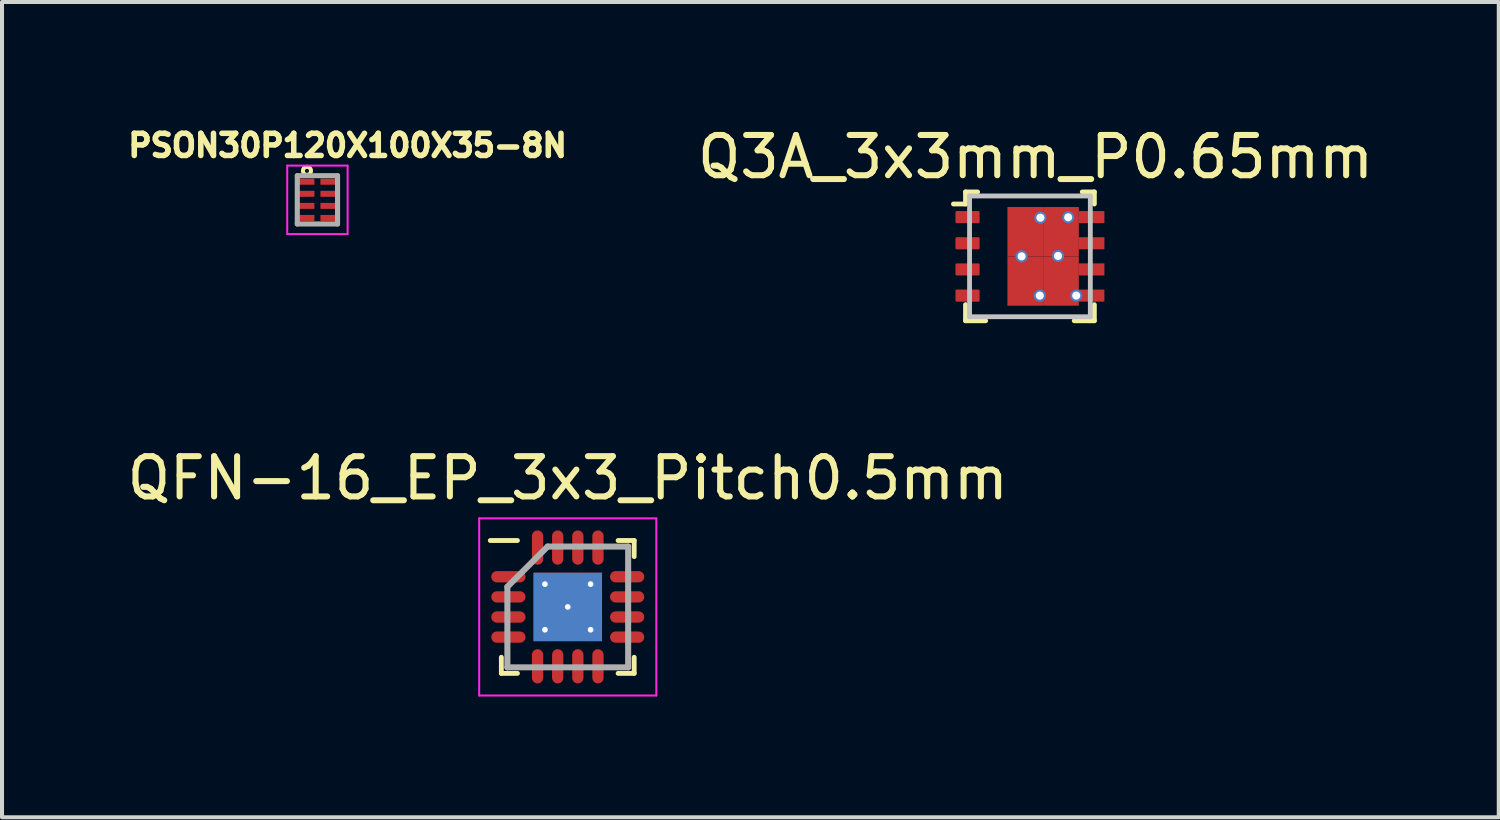
<source format=kicad_pcb>
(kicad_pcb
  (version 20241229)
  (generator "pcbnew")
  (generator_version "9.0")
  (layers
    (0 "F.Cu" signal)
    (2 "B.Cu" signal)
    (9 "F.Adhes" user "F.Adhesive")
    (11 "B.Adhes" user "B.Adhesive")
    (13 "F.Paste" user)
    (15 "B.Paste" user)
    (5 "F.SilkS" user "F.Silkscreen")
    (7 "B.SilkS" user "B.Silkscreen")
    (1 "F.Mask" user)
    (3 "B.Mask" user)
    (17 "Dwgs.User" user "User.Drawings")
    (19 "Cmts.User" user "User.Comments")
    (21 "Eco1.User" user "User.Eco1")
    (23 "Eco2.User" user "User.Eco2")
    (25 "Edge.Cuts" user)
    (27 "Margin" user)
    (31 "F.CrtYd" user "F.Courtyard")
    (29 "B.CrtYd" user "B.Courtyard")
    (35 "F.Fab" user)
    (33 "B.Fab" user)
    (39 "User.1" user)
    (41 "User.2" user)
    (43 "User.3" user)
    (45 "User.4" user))
  (footprint "PSON30P120X100X35-8N"
    (layer "F.Cu")
    (at 4.835 1.914)
    (property "Reference" "PSON30P120X100X35-8N" (at 0.75 -1.35 0) (layer "F.SilkS") (effects (font (size 0.551 0.551) (thickness 0.15))))
    (fp_circle (center -0.26 -0.72) (end -0.16 -0.72) (stroke (width 0.1) (type solid)) (fill no) (layer "F.SilkS"))
    (fp_line (start -0.75 -0.85) (end -0.75 0.85) (stroke (width 0.05) (type solid)) (layer "F.CrtYd"))
    (fp_line (start -0.75 -0.85) (end 0.75 -0.85) (stroke (width 0.05) (type solid)) (layer "F.CrtYd"))
    (fp_line (start -0.75 0.85) (end 0.75 0.85) (stroke (width 0.05) (type solid)) (layer "F.CrtYd"))
    (fp_line (start 0.75 -0.85) (end 0.75 0.85) (stroke (width 0.05) (type solid)) (layer "F.CrtYd"))
    (fp_line (start -0.5 -0.6) (end -0.5 0.6) (stroke (width 0.127) (type solid)) (layer "F.Fab"))
    (fp_line (start -0.5 -0.6) (end 0.5 -0.6) (stroke (width 0.127) (type solid)) (layer "F.Fab"))
    (fp_line (start -0.5 0.6) (end 0.5 0.6) (stroke (width 0.127) (type solid)) (layer "F.Fab"))
    (fp_line (start 0.5 -0.6) (end 0.5 0.6) (stroke (width 0.127) (type solid)) (layer "F.Fab"))
    (pad "1" smd roundrect (at -0.275 -0.45) (size 0.4 0.15) (layers "F.Cu" "F.Mask" "F.Paste") (roundrect_rratio 0.02))
    (pad "2" smd roundrect (at -0.275 -0.15) (size 0.4 0.15) (layers "F.Cu" "F.Mask" "F.Paste") (roundrect_rratio 0.02))
    (pad "3" smd roundrect (at -0.275 0.15) (size 0.4 0.15) (layers "F.Cu" "F.Mask" "F.Paste") (roundrect_rratio 0.02))
    (pad "4" smd roundrect (at -0.275 0.45) (size 0.4 0.15) (layers "F.Cu" "F.Mask" "F.Paste") (roundrect_rratio 0.02))
    (pad "5" smd roundrect (at 0.275 0.45) (size 0.4 0.15) (layers "F.Cu" "F.Mask" "F.Paste") (roundrect_rratio 0.02))
    (pad "6" smd roundrect (at 0.275 0.15) (size 0.4 0.15) (layers "F.Cu" "F.Mask" "F.Paste") (roundrect_rratio 0.02))
    (pad "7" smd roundrect (at 0.275 -0.15) (size 0.4 0.15) (layers "F.Cu" "F.Mask" "F.Paste") (roundrect_rratio 0.02))
    (pad "8" smd roundrect (at 0.275 -0.45) (size 0.4 0.15) (layers "F.Cu" "F.Mask" "F.Paste") (roundrect_rratio 0.02)))
  (footprint "Q3A_3x3mm_P0.65mm"
    (layer "F.Cu")
    (at 22.535 3.318)
    (property "Reference" "Q3A_3x3mm_P0.65mm" (at 0.14 -2.47 0) (layer "F.SilkS") (effects (font (size 1 1) (thickness 0.15))))
    (attr through_hole)
    (fp_line (start -1.6 -1.6) (end -1.3 -1.6) (stroke (width 0.12) (type solid)) (layer "F.SilkS"))
    (fp_line (start -1.6 -1.3) (end -1.9 -1.3) (stroke (width 0.12) (type solid)) (layer "F.SilkS"))
    (fp_line (start -1.6 -1.3) (end -1.6 -1.6) (stroke (width 0.12) (type solid)) (layer "F.SilkS"))
    (fp_line (start -1.6 1.2) (end -1.6 1.6) (stroke (width 0.12) (type solid)) (layer "F.SilkS"))
    (fp_line (start -1.6 1.6) (end -1.1 1.6) (stroke (width 0.12) (type solid)) (layer "F.SilkS"))
    (fp_line (start 1.1 1.6) (end 1.6 1.6) (stroke (width 0.12) (type solid)) (layer "F.SilkS"))
    (fp_line (start 1.6 -1.6) (end 1.3 -1.6) (stroke (width 0.12) (type solid)) (layer "F.SilkS"))
    (fp_line (start 1.6 -1.3) (end 1.6 -1.6) (stroke (width 0.12) (type solid)) (layer "F.SilkS"))
    (fp_line (start 1.6 1.6) (end 1.6 1.2) (stroke (width 0.12) (type solid)) (layer "F.SilkS"))
    (fp_line (start -1.5 -1.5) (end 1.5 -1.5) (stroke (width 0.12) (type solid)) (layer "Dwgs.User"))
    (fp_line (start -1.5 1.5) (end -1.5 -1.5) (stroke (width 0.12) (type solid)) (layer "Dwgs.User"))
    (fp_line (start -1.5 1.5) (end 1.5 1.5) (stroke (width 0.12) (type solid)) (layer "Dwgs.User"))
    (fp_line (start 1.5 1.5) (end 1.5 -1.5) (stroke (width 0.12) (type solid)) (layer "Dwgs.User"))
    (pad "1" smd roundrect (at -1.55 -0.975) (size 0.6 0.3) (layers "F.Cu" "F.Mask" "F.Paste") (roundrect_rratio 0.1))
    (pad "2" smd roundrect (at -1.55 -0.325) (size 0.6 0.3) (layers "F.Cu" "F.Mask" "F.Paste") (roundrect_rratio 0.1))
    (pad "3" smd roundrect (at -1.55 0.325) (size 0.6 0.3) (layers "F.Cu" "F.Mask" "F.Paste") (roundrect_rratio 0.1))
    (pad "4" smd roundrect (at -1.55 0.975) (size 0.6 0.3) (layers "F.Cu" "F.Mask" "F.Paste") (roundrect_rratio 0.1))
    (pad "5" thru_hole circle (at -0.207 0) (size 0.3 0.3) (drill 0.2) (layers "*.Cu" "*.Mask"))
    (pad "5" smd rect (at -0.116 -0.613) (size 0.887 1.225) (layers "F.Cu" "F.Mask" "F.Paste"))
    (pad "5" smd rect (at -0.116 0.613) (size 0.887 1.225) (layers "F.Cu" "F.Mask" "F.Paste"))
    (pad "5" thru_hole circle (at 0.245 0.975) (size 0.3 0.3) (drill 0.2) (layers "*.Cu" "*.Mask"))
    (pad "5" thru_hole circle (at 0.26 -0.96) (size 0.3 0.3) (drill 0.2) (layers "*.Cu" "*.Mask"))
    (pad "5" thru_hole circle (at 0.698 -0.01) (size 0.3 0.3) (drill 0.2) (layers "*.Cu" "*.Mask"))
    (pad "5" smd rect (at 0.771 -0.613) (size 0.887 1.225) (layers "F.Cu" "F.Mask" "F.Paste"))
    (pad "5" smd rect (at 0.771 0.613) (size 0.887 1.225) (layers "F.Cu" "F.Mask" "F.Paste"))
    (pad "5" thru_hole circle (at 0.95 -0.97) (size 0.3 0.3) (drill 0.2) (layers "*.Cu" "*.Mask"))
    (pad "5" thru_hole circle (at 1.15 0.975) (size 0.3 0.3) (drill 0.2) (layers "*.Cu" "*.Mask"))
    (pad "5" smd rect (at 1.532 -0.975) (size 0.635 0.3) (layers "F.Cu" "F.Mask" "F.Paste"))
    (pad "5" smd rect (at 1.532 -0.325) (size 0.635 0.3) (layers "F.Cu" "F.Mask" "F.Paste"))
    (pad "5" smd rect (at 1.532 0.325) (size 0.635 0.3) (layers "F.Cu" "F.Mask" "F.Paste"))
    (pad "5" smd rect (at 1.532 0.975) (size 0.635 0.3) (layers "F.Cu" "F.Mask" "F.Paste")))
  (footprint "QFN-16_EP_3x3_Pitch0.5mm"
    (layer "F.Cu")
    (at 11.054 12.027)
    (property "Reference" "QFN-16_EP_3x3_Pitch0.5mm" (at 0 -3.2 0) (layer "F.SilkS") (effects (font (size 1 1) (thickness 0.15))))
    (attr smd)
    (fp_line (start -1.65 1.65) (end -1.65 1.25) (stroke (width 0.12) (type solid)) (layer "F.SilkS"))
    (fp_line (start -1.25 -1.65) (end -1.925 -1.65) (stroke (width 0.12) (type solid)) (layer "F.SilkS"))
    (fp_line (start -1.25 1.65) (end -1.65 1.65) (stroke (width 0.12) (type solid)) (layer "F.SilkS"))
    (fp_line (start 1.25 -1.65) (end 1.65 -1.65) (stroke (width 0.12) (type solid)) (layer "F.SilkS"))
    (fp_line (start 1.25 1.65) (end 1.65 1.65) (stroke (width 0.12) (type solid)) (layer "F.SilkS"))
    (fp_line (start 1.65 -1.65) (end 1.65 -1.25) (stroke (width 0.12) (type solid)) (layer "F.SilkS"))
    (fp_line (start 1.65 1.65) (end 1.65 1.25) (stroke (width 0.12) (type solid)) (layer "F.SilkS"))
    (fp_line (start -2.2 -2.2) (end 2.2 -2.2) (stroke (width 0.05) (type solid)) (layer "F.CrtYd"))
    (fp_line (start -2.2 2.2) (end -2.2 -2.2) (stroke (width 0.05) (type solid)) (layer "F.CrtYd"))
    (fp_line (start 2.2 -2.2) (end 2.2 2.2) (stroke (width 0.05) (type solid)) (layer "F.CrtYd"))
    (fp_line (start 2.2 2.2) (end -2.2 2.2) (stroke (width 0.05) (type solid)) (layer "F.CrtYd"))
    (fp_line (start -1.5 -0.5) (end -1.5 1.5) (stroke (width 0.15) (type solid)) (layer "F.Fab"))
    (fp_line (start -1.5 1.5) (end 1.5 1.5) (stroke (width 0.15) (type solid)) (layer "F.Fab"))
    (fp_line (start -0.5 -1.5) (end -1.5 -0.5) (stroke (width 0.15) (type solid)) (layer "F.Fab"))
    (fp_line (start 1.5 -1.5) (end -0.5 -1.5) (stroke (width 0.15) (type solid)) (layer "F.Fab"))
    (fp_line (start 1.5 1.5) (end 1.5 -1.5) (stroke (width 0.15) (type solid)) (layer "F.Fab"))
    (pad "1" smd oval (at -1.475 -0.75 90) (size 0.28 0.85) (layers "F.Cu" "F.Mask" "F.Paste"))
    (pad "2" smd oval (at -1.475 -0.25 90) (size 0.28 0.85) (layers "F.Cu" "F.Mask" "F.Paste"))
    (pad "3" smd oval (at -1.475 0.25 90) (size 0.28 0.85) (layers "F.Cu" "F.Mask" "F.Paste"))
    (pad "4" smd oval (at -1.475 0.75 90) (size 0.28 0.85) (layers "F.Cu" "F.Mask" "F.Paste"))
    (pad "5" smd oval (at -0.75 1.475) (size 0.28 0.85) (layers "F.Cu" "F.Mask" "F.Paste"))
    (pad "6" smd oval (at -0.25 1.475) (size 0.28 0.85) (layers "F.Cu" "F.Mask" "F.Paste"))
    (pad "7" smd oval (at 0.25 1.475) (size 0.28 0.85) (layers "F.Cu" "F.Mask" "F.Paste"))
    (pad "8" smd oval (at 0.75 1.475) (size 0.28 0.85) (layers "F.Cu" "F.Mask" "F.Paste"))
    (pad "9" smd oval (at 1.475 0.75 90) (size 0.28 0.85) (layers "F.Cu" "F.Mask" "F.Paste"))
    (pad "10" smd oval (at 1.475 0.25 90) (size 0.28 0.85) (layers "F.Cu" "F.Mask" "F.Paste"))
    (pad "11" smd oval (at 1.475 -0.25 90) (size 0.28 0.85) (layers "F.Cu" "F.Mask" "F.Paste"))
    (pad "12" smd oval (at 1.475 -0.75 90) (size 0.28 0.85) (layers "F.Cu" "F.Mask" "F.Paste"))
    (pad "13" smd oval (at 0.75 -1.475) (size 0.28 0.85) (layers "F.Cu" "F.Mask" "F.Paste"))
    (pad "14" smd oval (at 0.25 -1.475) (size 0.28 0.85) (layers "F.Cu" "F.Mask" "F.Paste"))
    (pad "15" smd oval (at -0.25 -1.475) (size 0.28 0.85) (layers "F.Cu" "F.Mask" "F.Paste"))
    (pad "16" smd oval (at -0.75 -1.475) (size 0.28 0.85) (layers "F.Cu" "F.Mask" "F.Paste"))
    (pad "17" thru_hole circle (at -0.567 -0.567) (size 0.283 0.283) (drill 0.142) (layers "*.Cu" "*.Mask"))
    (pad "17" smd rect (at -0.567 -0.567) (size 0.567 0.567) (layers "F.Cu" "F.Mask" "F.Paste"))
    (pad "17" smd rect (at -0.567 0) (size 0.567 0.567) (layers "F.Cu" "F.Mask" "F.Paste"))
    (pad "17" thru_hole circle (at -0.567 0.567) (size 0.283 0.283) (drill 0.142) (layers "*.Cu" "*.Mask"))
    (pad "17" smd rect (at -0.567 0.567) (size 0.567 0.567) (layers "F.Cu" "F.Mask" "F.Paste"))
    (pad "17" smd rect (at 0 -0.567) (size 0.567 0.567) (layers "F.Cu" "F.Mask" "F.Paste"))
    (pad "17" thru_hole circle (at 0 0) (size 0.283 0.283) (drill 0.142) (layers "*.Cu" "*.Mask"))
    (pad "17" smd rect (at 0 0) (size 0.567 0.567) (layers "F.Cu" "F.Mask" "F.Paste"))
    (pad "17" smd rect (at 0 0 90) (size 1.7 1.7) (layers "B.Cu" "B.Mask"))
    (pad "17" smd rect (at 0 0.567) (size 0.567 0.567) (layers "F.Cu" "F.Mask" "F.Paste"))
    (pad "17" thru_hole circle (at 0.567 -0.567) (size 0.283 0.283) (drill 0.142) (layers "*.Cu" "*.Mask"))
    (pad "17" smd rect (at 0.567 -0.567) (size 0.567 0.567) (layers "F.Cu" "F.Mask" "F.Paste"))
    (pad "17" smd rect (at 0.567 0) (size 0.567 0.567) (layers "F.Cu" "F.Mask" "F.Paste"))
    (pad "17" thru_hole circle (at 0.567 0.567) (size 0.283 0.283) (drill 0.142) (layers "*.Cu" "*.Mask"))
    (pad "17" smd rect (at 0.567 0.567) (size 0.567 0.567) (layers "F.Cu" "F.Mask" "F.Paste")))
  (gr_rect
    (start -3 -3)
    (end 34.181 17.252)
    (stroke (width 0.1) (type default))
    (fill no)
    (layer "Edge.Cuts")))
</source>
